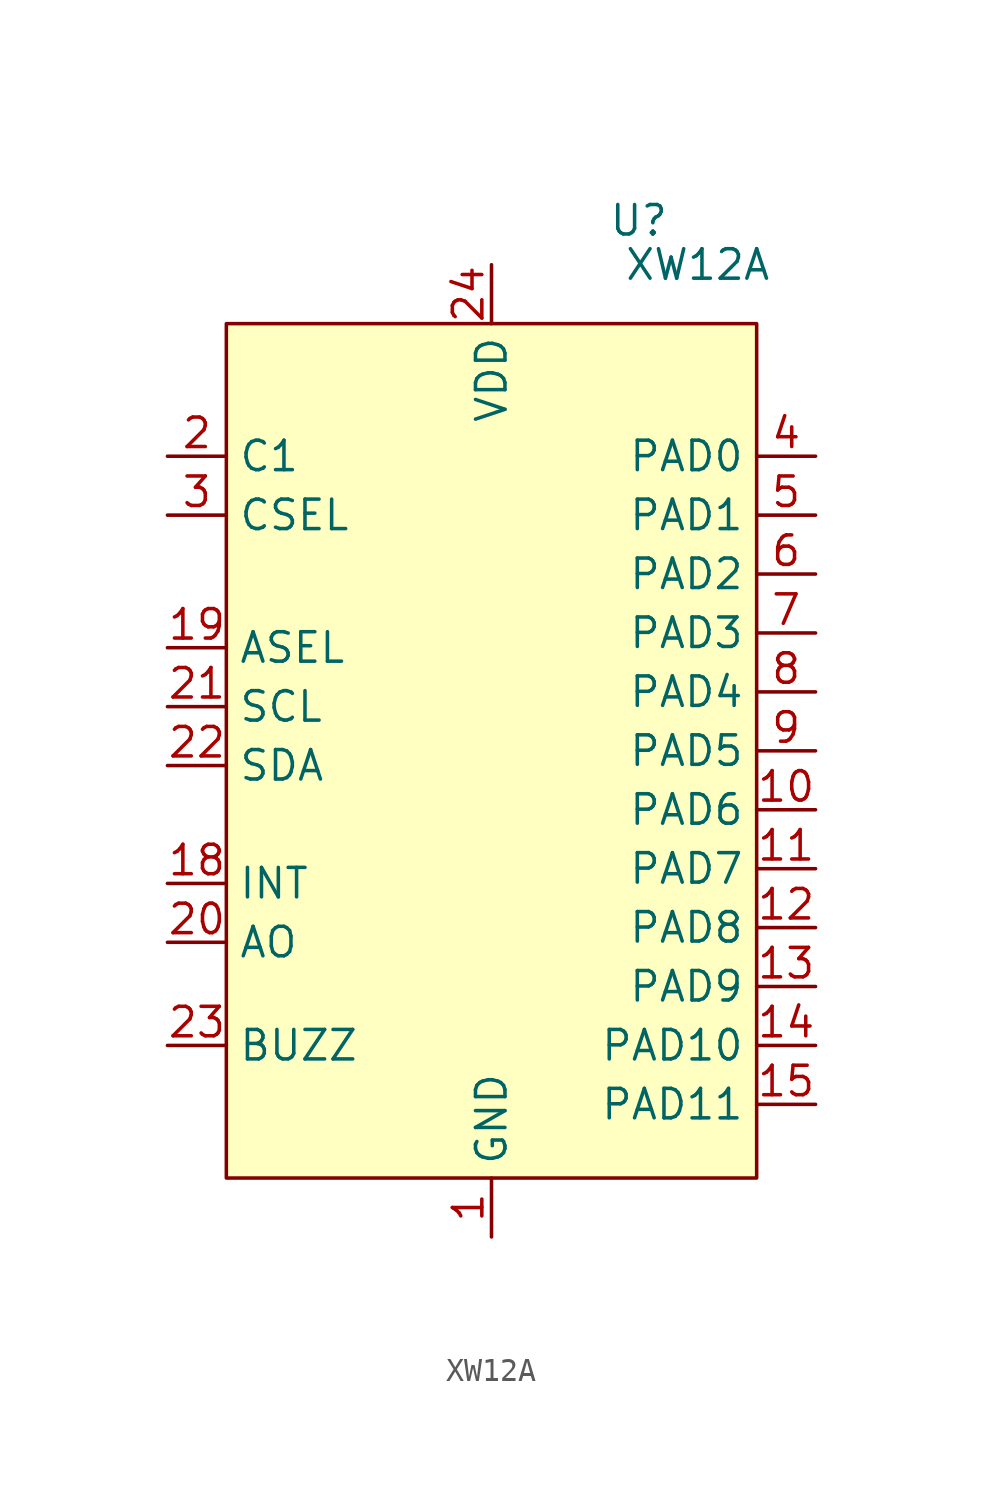
<source format=kicad_sym>
(kicad_symbol_lib
  (version 20220914)
  (generator kicad_symbol_editor)
  (symbol "XW12A"
    (property "Reference" "U"
      (at 6.35 10.795 0)
      (effects (font (size 1.27 1.27))))
    (property "Value" "XW12A"
      (at 8.89 8.89 0)
      (effects (font (size 1.27 1.27))))
    (symbol "XW12A_0_0"
      (pin power_in line (at 0 -33.02 90) (length 2.54) (name "GND" (effects (font (size 1.27 1.27)))) (number "1" (effects (font (size 1.27 1.27)))))
      (pin input line (at 13.97 -14.605 180) (length 2.54) (name "PAD6" (effects (font (size 1.27 1.27)))) (number "10" (effects (font (size 1.27 1.27)))))
      (pin input line (at 13.97 -17.145 180) (length 2.54) (name "PAD7" (effects (font (size 1.27 1.27)))) (number "11" (effects (font (size 1.27 1.27)))))
      (pin input line (at 13.97 -19.685 180) (length 2.54) (name "PAD8" (effects (font (size 1.27 1.27)))) (number "12" (effects (font (size 1.27 1.27)))))
      (pin input line (at 13.97 -22.225 180) (length 2.54) (name "PAD9" (effects (font (size 1.27 1.27)))) (number "13" (effects (font (size 1.27 1.27)))))
      (pin input line (at 13.97 -24.765 180) (length 2.54) (name "PAD10" (effects (font (size 1.27 1.27)))) (number "14" (effects (font (size 1.27 1.27)))))
      (pin input line (at 13.97 -27.305 180) (length 2.54) (name "PAD11" (effects (font (size 1.27 1.27)))) (number "15" (effects (font (size 1.27 1.27)))))
      (pin output line (at -13.97 -17.78 0) (length 2.54) (name "INT" (effects (font (size 1.27 1.27)))) (number "18" (effects (font (size 1.27 1.27)))))
      (pin input line (at -13.97 -7.62 0) (length 2.54) (name "ASEL" (effects (font (size 1.27 1.27)))) (number "19" (effects (font (size 1.27 1.27)))))
      (pin output line (at -13.97 0.635 0) (length 2.54) (name "C1" (effects (font (size 1.27 1.27)))) (number "2" (effects (font (size 1.27 1.27)))))
      (pin output line (at -13.97 -20.32 0) (length 2.54) (name "AO" (effects (font (size 1.27 1.27)))) (number "20" (effects (font (size 1.27 1.27)))))
      (pin input line (at -13.97 -10.16 0) (length 2.54) (name "SCL" (effects (font (size 1.27 1.27)))) (number "21" (effects (font (size 1.27 1.27)))))
      (pin input line (at -13.97 -12.7 0) (length 2.54) (name "SDA" (effects (font (size 1.27 1.27)))) (number "22" (effects (font (size 1.27 1.27)))))
      (pin output line (at -13.97 -24.765 0) (length 2.54) (name "BUZZ" (effects (font (size 1.27 1.27)))) (number "23" (effects (font (size 1.27 1.27)))))
      (pin power_in line (at 0 8.89 270) (length 2.54) (name "VDD" (effects (font (size 1.27 1.27)))) (number "24" (effects (font (size 1.27 1.27)))))
      (pin output line (at -13.97 -1.905 0) (length 2.54) (name "CSEL" (effects (font (size 1.27 1.27)))) (number "3" (effects (font (size 1.27 1.27)))))
      (pin input line (at 13.97 0.635 180) (length 2.54) (name "PAD0" (effects (font (size 1.27 1.27)))) (number "4" (effects (font (size 1.27 1.27)))))
      (pin input line (at 13.97 -1.905 180) (length 2.54) (name "PAD1" (effects (font (size 1.27 1.27)))) (number "5" (effects (font (size 1.27 1.27)))))
      (pin input line (at 13.97 -4.445 180) (length 2.54) (name "PAD2" (effects (font (size 1.27 1.27)))) (number "6" (effects (font (size 1.27 1.27)))))
      (pin input line (at 13.97 -6.985 180) (length 2.54) (name "PAD3" (effects (font (size 1.27 1.27)))) (number "7" (effects (font (size 1.27 1.27)))))
      (pin input line (at 13.97 -9.525 180) (length 2.54) (name "PAD4" (effects (font (size 1.27 1.27)))) (number "8" (effects (font (size 1.27 1.27)))))
      (pin input line (at 13.97 -12.065 180) (length 2.54) (name "PAD5" (effects (font (size 1.27 1.27)))) (number "9" (effects (font (size 1.27 1.27))))))
    (symbol "XW12A_1_1"
      (rectangle (start -11.43 6.35) (end 11.43 -30.48) (stroke (width 0) (type default)) (fill (type background))))))
</source>
